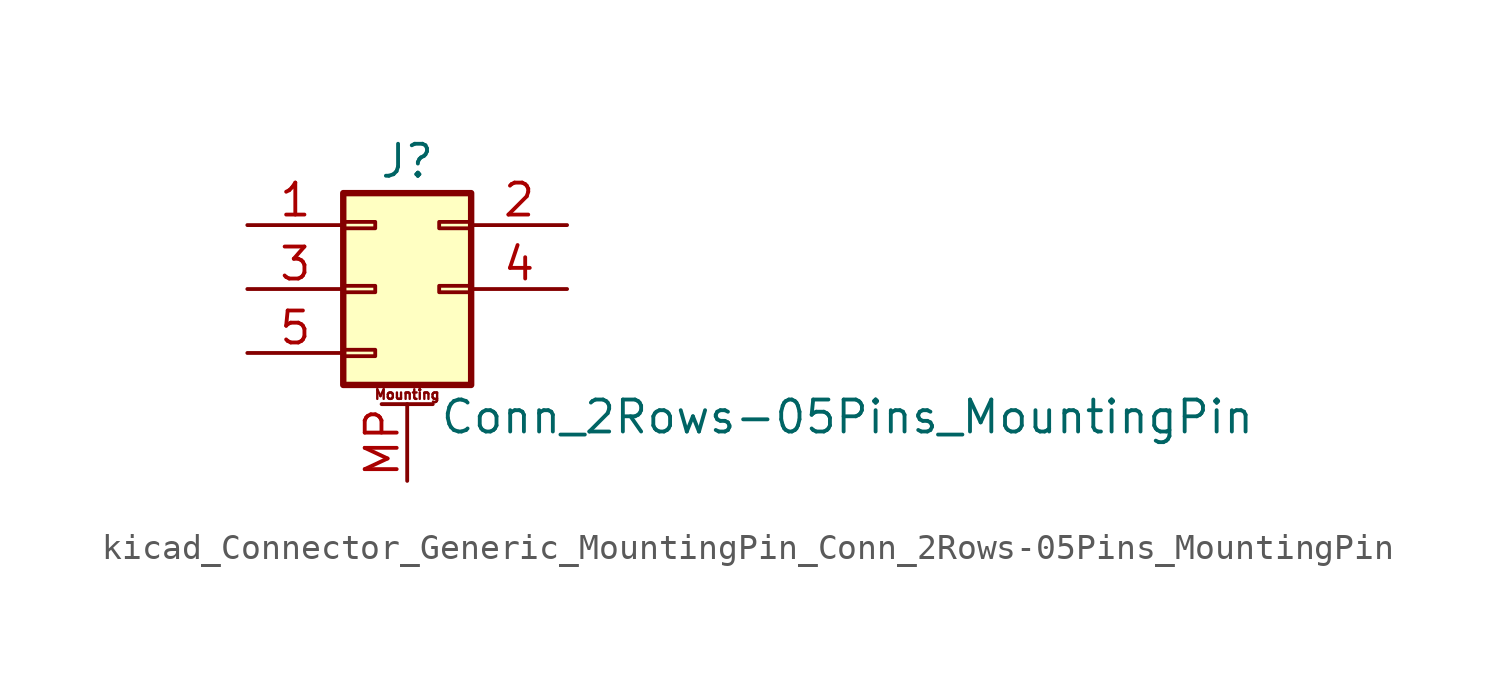
<source format=kicad_sym>
(kicad_symbol_lib
  (version 20220914)
  (generator kicad_symbol_editor)
  (symbol "kicad_Connector_Generic_MountingPin_Conn_2Rows-05Pins_MountingPin"
    (pin_names
      (offset 1.016) hide)
    (property "Reference" "J"
      (at 1.27 5.08 0)
      (effects (font (size 1.27 1.27))))
    (property "Value" "Conn_2Rows-05Pins_MountingPin"
      (at 2.54 -5.08 0)
      (effects (font (size 1.27 1.27)) (justify left)))
    (symbol "kicad_Connector_Generic_MountingPin_Conn_2Rows-05Pins_MountingPin_1_1"
      (rectangle (start -1.27 -2.413) (end 0 -2.667) (stroke (width 0.152) (type default)) (fill (type none)))
      (rectangle (start -1.27 0.127) (end 0 -0.127) (stroke (width 0.152) (type default)) (fill (type none)))
      (rectangle (start -1.27 2.667) (end 0 2.413) (stroke (width 0.152) (type default)) (fill (type none)))
      (rectangle (start -1.27 3.81) (end 3.81 -3.81) (stroke (width 0.254) (type default)) (fill (type background)))
      (polyline (pts (xy 0.254 -4.572) (xy 2.286 -4.572)) (stroke (width 0.152) (type default)) (fill (type none)))
      (rectangle (start 3.81 0.127) (end 2.54 -0.127) (stroke (width 0.152) (type default)) (fill (type none)))
      (rectangle (start 3.81 2.667) (end 2.54 2.413) (stroke (width 0.152) (type default)) (fill (type none)))
      (text "Mounting" (at 1.27 -4.191 0) (effects (font (size 0.381 0.381))))
      (pin passive line (at -5.08 2.54 0) (length 3.81) (name "Pin_1" (effects (font (size 1.27 1.27)))) (number "1" (effects (font (size 1.27 1.27)))))
      (pin passive line (at 7.62 2.54 180) (length 3.81) (name "Pin_2" (effects (font (size 1.27 1.27)))) (number "2" (effects (font (size 1.27 1.27)))))
      (pin passive line (at -5.08 0 0) (length 3.81) (name "Pin_3" (effects (font (size 1.27 1.27)))) (number "3" (effects (font (size 1.27 1.27)))))
      (pin passive line (at 7.62 0 180) (length 3.81) (name "Pin_4" (effects (font (size 1.27 1.27)))) (number "4" (effects (font (size 1.27 1.27)))))
      (pin passive line (at -5.08 -2.54 0) (length 3.81) (name "Pin_5" (effects (font (size 1.27 1.27)))) (number "5" (effects (font (size 1.27 1.27)))))
      (pin passive line (at 1.27 -7.62 90) (length 3.048) (name "MountPin" (effects (font (size 1.27 1.27)))) (number "MP" (effects (font (size 1.27 1.27))))))))
</source>
